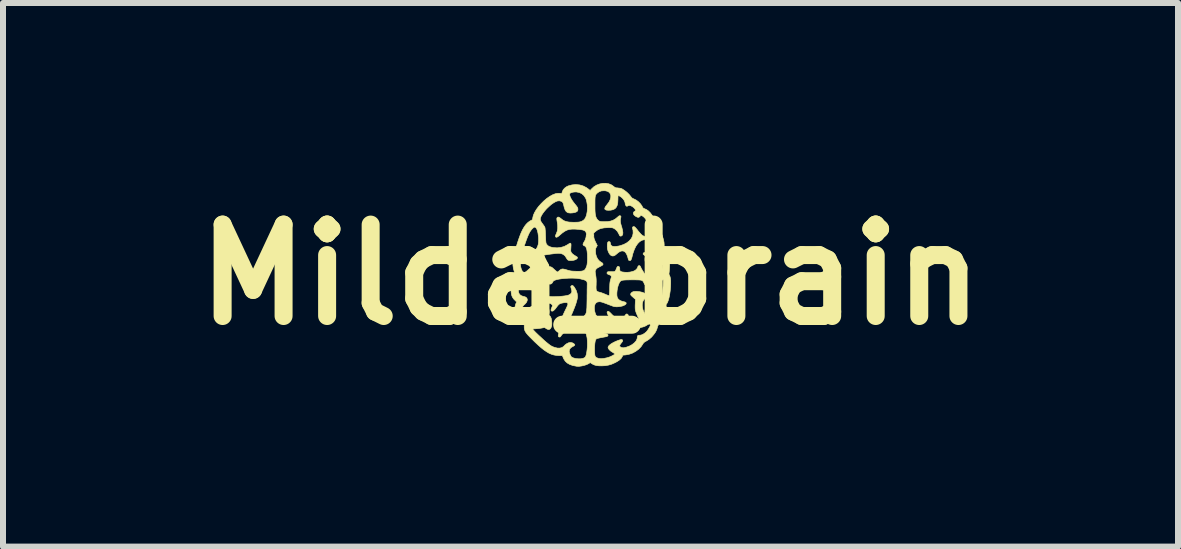
<source format=kicad_pcb>
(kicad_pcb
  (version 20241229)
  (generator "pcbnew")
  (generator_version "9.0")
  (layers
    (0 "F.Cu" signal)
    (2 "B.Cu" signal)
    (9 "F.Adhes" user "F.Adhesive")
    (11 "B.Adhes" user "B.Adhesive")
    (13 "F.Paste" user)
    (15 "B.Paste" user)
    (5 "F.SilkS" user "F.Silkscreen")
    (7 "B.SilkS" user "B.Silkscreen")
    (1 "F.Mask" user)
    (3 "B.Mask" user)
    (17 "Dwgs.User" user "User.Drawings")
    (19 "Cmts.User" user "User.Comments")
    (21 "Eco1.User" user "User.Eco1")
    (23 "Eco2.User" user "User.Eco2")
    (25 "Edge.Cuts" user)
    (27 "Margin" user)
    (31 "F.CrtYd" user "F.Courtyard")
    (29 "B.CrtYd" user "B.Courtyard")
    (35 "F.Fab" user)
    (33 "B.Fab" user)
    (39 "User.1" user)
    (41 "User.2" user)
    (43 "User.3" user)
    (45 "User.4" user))
  (footprint "Milda_brain"
    (layer "F.Cu")
    (at 6.793 1.528)
    (property "Reference" "Milda_brain" (at 0 0 0) (layer "F.SilkS") (effects (font (size 1.524 1.524) (thickness 0.3))))
    (attr through_hole)
    (fp_poly (pts (xy 0.729 -0.8) (xy 0.743 -0.79) (xy 0.761 -0.77) (xy 0.774 -0.755) (xy 0.801 -0.72) (xy 0.823 -0.695) (xy 0.84 -0.676) (xy 0.854 -0.663) (xy 0.866 -0.653) (xy 0.876 -0.648) (xy 0.895 -0.64) (xy 0.91 -0.635) (xy 0.913 -0.635) (xy 0.929 -0.63) (xy 0.937 -0.617) (xy 0.935 -0.601) (xy 0.928 -0.591) (xy 0.915 -0.586) (xy 0.897 -0.583) (xy 0.857 -0.573) (xy 0.82 -0.551) (xy 0.786 -0.517) (xy 0.755 -0.472) (xy 0.729 -0.417) (xy 0.706 -0.352) (xy 0.699 -0.324) (xy 0.69 -0.289) (xy 0.682 -0.264) (xy 0.676 -0.249) (xy 0.67 -0.24) (xy 0.663 -0.236) (xy 0.654 -0.235) (xy 0.653 -0.235) (xy 0.639 -0.238) (xy 0.633 -0.248) (xy 0.631 -0.252) (xy 0.627 -0.268) (xy 0.621 -0.29) (xy 0.616 -0.307) (xy 0.599 -0.347) (xy 0.578 -0.376) (xy 0.553 -0.392) (xy 0.525 -0.396) (xy 0.495 -0.388) (xy 0.462 -0.368) (xy 0.453 -0.36) (xy 0.427 -0.338) (xy 0.408 -0.323) (xy 0.392 -0.315) (xy 0.378 -0.312) (xy 0.369 -0.311) (xy 0.346 -0.317) (xy 0.325 -0.334) (xy 0.307 -0.36) (xy 0.292 -0.393) (xy 0.282 -0.43) (xy 0.279 -0.472) (xy 0.279 -0.472) (xy 0.28 -0.508) (xy 0.284 -0.532) (xy 0.292 -0.546) (xy 0.304 -0.551) (xy 0.309 -0.551) (xy 0.321 -0.548) (xy 0.327 -0.541) (xy 0.331 -0.524) (xy 0.332 -0.521) (xy 0.338 -0.497) (xy 0.349 -0.482) (xy 0.368 -0.473) (xy 0.396 -0.47) (xy 0.406 -0.47) (xy 0.435 -0.472) (xy 0.468 -0.477) (xy 0.494 -0.483) (xy 0.555 -0.504) (xy 0.607 -0.532) (xy 0.648 -0.565) (xy 0.68 -0.603) (xy 0.701 -0.645) (xy 0.71 -0.691) (xy 0.708 -0.739) (xy 0.703 -0.759) (xy 0.699 -0.778) (xy 0.699 -0.788) (xy 0.704 -0.795) (xy 0.708 -0.798) (xy 0.718 -0.802) (xy 0.729 -0.8)) (stroke (width 0.01) (type solid)) (fill yes) (layer "F.SilkS"))
    (fp_poly (pts (xy 0.303 -1.515) (xy 0.348 -1.497) (xy 0.384 -1.472) (xy 0.4 -1.459) (xy 0.414 -1.451) (xy 0.43 -1.447) (xy 0.453 -1.446) (xy 0.455 -1.445) (xy 0.497 -1.44) (xy 0.524 -1.431) (xy 0.565 -1.405) (xy 0.605 -1.374) (xy 0.641 -1.339) (xy 0.661 -1.315) (xy 0.679 -1.292) (xy 0.693 -1.277) (xy 0.709 -1.268) (xy 0.723 -1.262) (xy 0.761 -1.243) (xy 0.799 -1.215) (xy 0.832 -1.181) (xy 0.858 -1.144) (xy 0.866 -1.127) (xy 0.878 -1.11) (xy 0.898 -1.1) (xy 0.899 -1.1) (xy 0.932 -1.085) (xy 0.964 -1.063) (xy 0.996 -1.031) (xy 1.028 -0.988) (xy 1.062 -0.934) (xy 1.067 -0.927) (xy 1.107 -0.854) (xy 1.142 -0.783) (xy 1.172 -0.714) (xy 1.196 -0.65) (xy 1.214 -0.591) (xy 1.225 -0.539) (xy 1.228 -0.494) (xy 1.226 -0.465) (xy 1.223 -0.449) (xy 1.225 -0.438) (xy 1.232 -0.428) (xy 1.246 -0.414) (xy 1.249 -0.411) (xy 1.273 -0.385) (xy 1.292 -0.357) (xy 1.305 -0.325) (xy 1.314 -0.287) (xy 1.319 -0.242) (xy 1.319 -0.187) (xy 1.318 -0.149) (xy 1.316 -0.113) (xy 1.314 -0.08) (xy 1.312 -0.052) (xy 1.31 -0.034) (xy 1.309 -0.028) (xy 1.307 -0.009) (xy 1.315 0.01) (xy 1.325 0.033) (xy 1.332 0.062) (xy 1.336 0.099) (xy 1.336 0.145) (xy 1.334 0.202) (xy 1.334 0.204) (xy 1.328 0.271) (xy 1.319 0.332) (xy 1.308 0.386) (xy 1.295 0.432) (xy 1.281 0.467) (xy 1.269 0.486) (xy 1.262 0.495) (xy 1.259 0.505) (xy 1.26 0.519) (xy 1.263 0.54) (xy 1.264 0.546) (xy 1.266 0.599) (xy 1.256 0.653) (xy 1.234 0.707) (xy 1.199 0.761) (xy 1.165 0.8) (xy 1.142 0.824) (xy 1.128 0.843) (xy 1.12 0.858) (xy 1.116 0.873) (xy 1.116 0.873) (xy 1.104 0.914) (xy 1.083 0.957) (xy 1.053 0.999) (xy 1.018 1.04) (xy 0.978 1.075) (xy 0.937 1.103) (xy 0.93 1.106) (xy 0.905 1.12) (xy 0.889 1.133) (xy 0.877 1.147) (xy 0.871 1.158) (xy 0.841 1.202) (xy 0.801 1.243) (xy 0.753 1.278) (xy 0.7 1.307) (xy 0.643 1.327) (xy 0.586 1.338) (xy 0.583 1.338) (xy 0.539 1.342) (xy 0.529 1.366) (xy 0.512 1.394) (xy 0.484 1.421) (xy 0.444 1.448) (xy 0.411 1.466) (xy 0.355 1.491) (xy 0.302 1.507) (xy 0.249 1.517) (xy 0.19 1.52) (xy 0.181 1.52) (xy 0.135 1.519) (xy 0.099 1.515) (xy 0.069 1.507) (xy 0.041 1.495) (xy 0.019 1.482) (xy -0.005 1.466) (xy -0.03 1.482) (xy -0.062 1.498) (xy -0.103 1.512) (xy -0.147 1.522) (xy -0.191 1.528) (xy -0.229 1.527) (xy -0.235 1.526) (xy -0.297 1.514) (xy -0.348 1.496) (xy -0.389 1.472) (xy -0.421 1.443) (xy -0.445 1.406) (xy -0.454 1.387) (xy -0.469 1.35) (xy -0.528 1.349) (xy -0.57 1.346) (xy -0.61 1.339) (xy -0.65 1.327) (xy -0.69 1.31) (xy -0.731 1.286) (xy -0.775 1.256) (xy -0.823 1.218) (xy -0.875 1.172) (xy -0.934 1.117) (xy -0.975 1.076) (xy -1.015 1.036) (xy -1.046 1.003) (xy -1.069 0.975) (xy -1.086 0.951) (xy -1.096 0.929) (xy -1.102 0.907) (xy -1.105 0.885) (xy -1.105 0.878) (xy -1.105 0.839) (xy -1.137 0.816) (xy -1.178 0.779) (xy -1.211 0.736) (xy -1.237 0.687) (xy -1.254 0.636) (xy -1.261 0.584) (xy -1.259 0.534) (xy -1.246 0.487) (xy -1.244 0.483) (xy -1.232 0.455) (xy -1.26 0.427) (xy -1.282 0.404) (xy -1.298 0.381) (xy -1.311 0.354) (xy -1.319 0.323) (xy -1.324 0.286) (xy -1.326 0.24) (xy -1.326 0.196) (xy -1.203 0.196) (xy -1.203 0.236) (xy -1.202 0.265) (xy -1.2 0.287) (xy -1.196 0.302) (xy -1.193 0.312) (xy -1.176 0.335) (xy -1.149 0.353) (xy -1.113 0.364) (xy -1.11 0.364) (xy -1.081 0.374) (xy -1.062 0.39) (xy -1.054 0.411) (xy -1.056 0.435) (xy -1.068 0.462) (xy -1.091 0.489) (xy -1.101 0.497) (xy -1.119 0.515) (xy -1.13 0.532) (xy -1.135 0.549) (xy -1.139 0.588) (xy -1.13 0.625) (xy -1.11 0.661) (xy -1.082 0.693) (xy -1.037 0.728) (xy -0.987 0.752) (xy -0.93 0.764) (xy -0.91 0.766) (xy -0.869 0.768) (xy -0.838 0.768) (xy -0.814 0.764) (xy -0.794 0.755) (xy -0.776 0.742) (xy -0.755 0.723) (xy -0.753 0.72) (xy -0.733 0.699) (xy -0.718 0.687) (xy -0.707 0.681) (xy -0.697 0.68) (xy -0.695 0.681) (xy -0.678 0.688) (xy -0.665 0.705) (xy -0.654 0.733) (xy -0.648 0.769) (xy -0.645 0.812) (xy -0.647 0.849) (xy -0.656 0.879) (xy -0.669 0.901) (xy -0.687 0.913) (xy -0.699 0.914) (xy -0.714 0.911) (xy -0.734 0.902) (xy -0.74 0.898) (xy -0.765 0.881) (xy -0.825 0.892) (xy -0.857 0.897) (xy -0.89 0.9) (xy -0.918 0.902) (xy -0.925 0.903) (xy -0.947 0.903) (xy -0.958 0.905) (xy -0.961 0.908) (xy -0.959 0.914) (xy -0.952 0.923) (xy -0.937 0.939) (xy -0.916 0.961) (xy -0.89 0.986) (xy -0.861 1.014) (xy -0.83 1.042) (xy -0.8 1.07) (xy -0.772 1.096) (xy -0.747 1.118) (xy -0.736 1.127) (xy -0.704 1.153) (xy -0.678 1.173) (xy -0.655 1.188) (xy -0.634 1.199) (xy -0.611 1.208) (xy -0.599 1.212) (xy -0.552 1.224) (xy -0.51 1.224) (xy -0.474 1.214) (xy -0.445 1.194) (xy -0.437 1.184) (xy -0.425 1.172) (xy -0.407 1.158) (xy -0.396 1.15) (xy -0.362 1.134) (xy -0.329 1.13) (xy -0.298 1.138) (xy -0.285 1.145) (xy -0.268 1.159) (xy -0.262 1.17) (xy -0.268 1.181) (xy -0.286 1.193) (xy -0.295 1.197) (xy -0.327 1.217) (xy -0.347 1.241) (xy -0.355 1.27) (xy -0.356 1.275) (xy -0.353 1.297) (xy -0.345 1.322) (xy -0.335 1.346) (xy -0.323 1.365) (xy -0.315 1.374) (xy -0.285 1.388) (xy -0.247 1.398) (xy -0.205 1.402) (xy -0.163 1.402) (xy -0.13 1.396) (xy -0.11 1.389) (xy -0.094 1.379) (xy -0.09 1.376) (xy -0.079 1.357) (xy -0.07 1.329) (xy -0.063 1.292) (xy -0.057 1.249) (xy -0.053 1.203) (xy -0.052 1.155) (xy -0.053 1.108) (xy -0.056 1.064) (xy -0.06 1.04) (xy -0.071 0.992) (xy -0.085 0.956) (xy -0.103 0.928) (xy -0.126 0.908) (xy -0.141 0.899) (xy -0.179 0.887) (xy -0.224 0.883) (xy -0.272 0.887) (xy -0.321 0.899) (xy -0.368 0.917) (xy -0.412 0.941) (xy -0.45 0.97) (xy -0.48 1.004) (xy -0.484 1.01) (xy -0.497 1.029) (xy -0.506 1.038) (xy -0.516 1.04) (xy -0.52 1.04) (xy -0.532 1.035) (xy -0.538 1.024) (xy -0.537 1.005) (xy -0.531 0.977) (xy -0.518 0.939) (xy -0.516 0.933) (xy -0.503 0.898) (xy -0.495 0.87) (xy -0.49 0.843) (xy -0.488 0.811) (xy -0.487 0.803) (xy -0.485 0.771) (xy -0.48 0.743) (xy -0.474 0.716) (xy -0.464 0.687) (xy -0.449 0.653) (xy -0.43 0.612) (xy -0.421 0.594) (xy -0.406 0.564) (xy -0.393 0.536) (xy -0.384 0.513) (xy -0.378 0.498) (xy -0.378 0.497) (xy -0.378 0.48) (xy -0.386 0.47) (xy -0.403 0.465) (xy -0.431 0.466) (xy -0.451 0.469) (xy -0.485 0.476) (xy -0.509 0.484) (xy -0.529 0.497) (xy -0.547 0.517) (xy -0.561 0.535) (xy -0.586 0.569) (xy -0.608 0.592) (xy -0.625 0.605) (xy -0.64 0.609) (xy -0.642 0.609) (xy -0.655 0.603) (xy -0.659 0.59) (xy -0.655 0.569) (xy -0.648 0.552) (xy -0.639 0.531) (xy -0.636 0.517) (xy -0.638 0.506) (xy -0.646 0.496) (xy -0.651 0.492) (xy -0.672 0.479) (xy -0.7 0.475) (xy -0.731 0.479) (xy -0.765 0.491) (xy -0.797 0.51) (xy -0.811 0.521) (xy -0.837 0.539) (xy -0.859 0.545) (xy -0.878 0.539) (xy -0.894 0.52) (xy -0.895 0.517) (xy -0.901 0.499) (xy -0.905 0.472) (xy -0.907 0.439) (xy -0.908 0.403) (xy -0.907 0.367) (xy -0.904 0.335) (xy -0.899 0.31) (xy -0.899 0.308) (xy -0.887 0.277) (xy -0.871 0.255) (xy -0.854 0.243) (xy -0.844 0.241) (xy -0.831 0.246) (xy -0.814 0.259) (xy -0.796 0.278) (xy -0.778 0.3) (xy -0.772 0.311) (xy -0.758 0.33) (xy -0.741 0.345) (xy -0.719 0.355) (xy -0.692 0.363) (xy -0.657 0.366) (xy -0.613 0.367) (xy -0.559 0.365) (xy -0.529 0.364) (xy -0.473 0.359) (xy -0.429 0.354) (xy -0.394 0.348) (xy -0.367 0.341) (xy -0.347 0.331) (xy -0.331 0.319) (xy -0.329 0.317) (xy -0.317 0.302) (xy -0.312 0.285) (xy -0.313 0.263) (xy -0.321 0.234) (xy -0.322 0.23) (xy -0.328 0.21) (xy -0.33 0.199) (xy -0.327 0.192) (xy -0.321 0.187) (xy -0.321 0.186) (xy -0.308 0.18) (xy -0.297 0.181) (xy -0.285 0.191) (xy -0.269 0.211) (xy -0.266 0.216) (xy -0.239 0.263) (xy -0.223 0.313) (xy -0.217 0.363) (xy -0.218 0.38) (xy -0.223 0.409) (xy -0.233 0.448) (xy -0.247 0.494) (xy -0.266 0.545) (xy -0.288 0.6) (xy -0.312 0.657) (xy -0.316 0.664) (xy -0.331 0.698) (xy -0.341 0.723) (xy -0.344 0.74) (xy -0.342 0.751) (xy -0.333 0.757) (xy -0.318 0.76) (xy -0.306 0.761) (xy -0.263 0.759) (xy -0.216 0.749) (xy -0.172 0.732) (xy -0.133 0.711) (xy -0.105 0.688) (xy -0.094 0.676) (xy -0.085 0.663) (xy -0.077 0.649) (xy -0.071 0.632) (xy -0.067 0.61) (xy -0.064 0.583) (xy -0.061 0.549) (xy -0.06 0.505) (xy -0.059 0.452) (xy -0.058 0.4) (xy -0.058 0.349) (xy -0.057 0.3) (xy -0.057 0.255) (xy -0.056 0.217) (xy -0.056 0.186) (xy -0.055 0.166) (xy -0.055 0.161) (xy -0.056 0.135) (xy -0.061 0.116) (xy -0.074 0.102) (xy -0.095 0.091) (xy -0.117 0.084) (xy -0.171 0.07) (xy -0.234 0.061) (xy -0.305 0.058) (xy -0.365 0.059) (xy -0.426 0.063) (xy -0.481 0.068) (xy -0.529 0.075) (xy -0.569 0.084) (xy -0.599 0.094) (xy -0.618 0.105) (xy -0.625 0.114) (xy -0.638 0.138) (xy -0.656 0.153) (xy -0.676 0.159) (xy -0.697 0.153) (xy -0.714 0.136) (xy -0.727 0.108) (xy -0.736 0.068) (xy -0.741 0.029) (xy -0.741 -0.018) (xy -0.737 -0.058) (xy -0.727 -0.091) (xy -0.713 -0.115) (xy -0.695 -0.129) (xy -0.674 -0.133) (xy -0.652 -0.126) (xy -0.641 -0.119) (xy -0.624 -0.105) (xy -0.605 -0.087) (xy -0.599 -0.082) (xy -0.58 -0.065) (xy -0.564 -0.052) (xy -0.554 -0.045) (xy -0.552 -0.044) (xy -0.544 -0.048) (xy -0.529 -0.059) (xy -0.517 -0.07) (xy -0.501 -0.083) (xy -0.485 -0.091) (xy -0.468 -0.095) (xy -0.447 -0.093) (xy -0.418 -0.086) (xy -0.385 -0.076) (xy -0.358 -0.069) (xy -0.335 -0.063) (xy -0.313 -0.06) (xy -0.286 -0.058) (xy -0.253 -0.057) (xy -0.233 -0.056) (xy -0.188 -0.056) (xy -0.155 -0.058) (xy -0.129 -0.063) (xy -0.11 -0.07) (xy -0.096 -0.081) (xy -0.084 -0.097) (xy -0.08 -0.104) (xy -0.068 -0.13) (xy -0.059 -0.16) (xy -0.054 -0.197) (xy -0.051 -0.243) (xy -0.051 -0.275) (xy -0.052 -0.338) (xy -0.057 -0.388) (xy -0.064 -0.428) (xy -0.075 -0.456) (xy -0.089 -0.474) (xy -0.104 -0.481) (xy -0.12 -0.49) (xy -0.126 -0.505) (xy -0.12 -0.524) (xy -0.114 -0.534) (xy -0.091 -0.575) (xy -0.076 -0.621) (xy -0.07 -0.665) (xy -0.07 -0.666) (xy -0.071 -0.689) (xy -0.072 -0.694) (xy 0.054 -0.694) (xy 0.054 -0.65) (xy 0.055 -0.628) (xy 0.058 -0.61) (xy 0.063 -0.591) (xy 0.073 -0.567) (xy 0.083 -0.545) (xy 0.113 -0.485) (xy 0.098 -0.46) (xy 0.088 -0.441) (xy 0.084 -0.42) (xy 0.083 -0.393) (xy 0.087 -0.343) (xy 0.1 -0.297) (xy 0.122 -0.257) (xy 0.15 -0.226) (xy 0.175 -0.209) (xy 0.197 -0.195) (xy 0.208 -0.18) (xy 0.207 -0.166) (xy 0.2 -0.159) (xy 0.19 -0.152) (xy 0.172 -0.142) (xy 0.15 -0.13) (xy 0.145 -0.128) (xy 0.119 -0.114) (xy 0.102 -0.102) (xy 0.091 -0.089) (xy 0.086 -0.08) (xy 0.081 -0.069) (xy 0.078 -0.058) (xy 0.078 -0.046) (xy 0.08 -0.029) (xy 0.084 -0.003) (xy 0.086 0.008) (xy 0.091 0.042) (xy 0.094 0.074) (xy 0.095 0.11) (xy 0.094 0.153) (xy 0.094 0.166) (xy 0.092 0.206) (xy 0.093 0.236) (xy 0.096 0.256) (xy 0.102 0.271) (xy 0.114 0.28) (xy 0.13 0.287) (xy 0.154 0.294) (xy 0.159 0.295) (xy 0.186 0.303) (xy 0.217 0.315) (xy 0.247 0.327) (xy 0.248 0.328) (xy 0.272 0.338) (xy 0.292 0.345) (xy 0.305 0.349) (xy 0.307 0.349) (xy 0.31 0.348) (xy 0.313 0.342) (xy 0.315 0.33) (xy 0.316 0.311) (xy 0.318 0.283) (xy 0.319 0.244) (xy 0.319 0.237) (xy 0.32 0.194) (xy 0.321 0.162) (xy 0.323 0.137) (xy 0.326 0.117) (xy 0.33 0.099) (xy 0.335 0.08) (xy 0.336 0.077) (xy 0.345 0.049) (xy 0.347 0.03) (xy 0.342 0.017) (xy 0.329 0.008) (xy 0.308 0.000376) (xy 0.285 -0.01) (xy 0.274 -0.022) (xy 0.276 -0.036) (xy 0.28 -0.042) (xy 0.287 -0.047) (xy 0.299 -0.05) (xy 0.319 -0.05) (xy 0.343 -0.05) (xy 0.374 -0.049) (xy 0.394 -0.051) (xy 0.408 -0.057) (xy 0.418 -0.069) (xy 0.426 -0.088) (xy 0.429 -0.094) (xy 0.436 -0.113) (xy 0.444 -0.128) (xy 0.446 -0.132) (xy 0.458 -0.139) (xy 0.471 -0.137) (xy 0.482 -0.126) (xy 0.487 -0.109) (xy 0.487 -0.108) (xy 0.487 -0.089) (xy 0.488 -0.074) (xy 0.493 -0.061) (xy 0.506 -0.052) (xy 0.529 -0.045) (xy 0.563 -0.041) (xy 0.571 -0.04) (xy 0.614 -0.039) (xy 0.658 -0.043) (xy 0.698 -0.052) (xy 0.729 -0.063) (xy 0.73 -0.064) (xy 0.751 -0.077) (xy 0.769 -0.094) (xy 0.782 -0.112) (xy 0.787 -0.127) (xy 0.792 -0.14) (xy 0.797 -0.146) (xy 0.811 -0.152) (xy 0.824 -0.146) (xy 0.836 -0.127) (xy 0.84 -0.117) (xy 0.849 -0.098) (xy 0.864 -0.073) (xy 0.881 -0.046) (xy 0.888 -0.035) (xy 0.91 -0.004) (xy 0.925 0.018) (xy 0.936 0.035) (xy 0.944 0.049) (xy 0.949 0.062) (xy 0.953 0.075) (xy 0.957 0.094) (xy 0.956 0.11) (xy 0.95 0.13) (xy 0.939 0.152) (xy 0.925 0.166) (xy 0.913 0.17) (xy 0.907 0.168) (xy 0.901 0.16) (xy 0.893 0.145) (xy 0.889 0.136) (xy 0.882 0.121) (xy 0.874 0.11) (xy 0.864 0.101) (xy 0.85 0.095) (xy 0.831 0.09) (xy 0.805 0.088) (xy 0.77 0.087) (xy 0.726 0.086) (xy 0.688 0.086) (xy 0.635 0.087) (xy 0.593 0.088) (xy 0.56 0.09) (xy 0.535 0.093) (xy 0.516 0.099) (xy 0.502 0.106) (xy 0.492 0.117) (xy 0.483 0.131) (xy 0.475 0.146) (xy 0.461 0.181) (xy 0.45 0.221) (xy 0.443 0.264) (xy 0.439 0.305) (xy 0.439 0.343) (xy 0.444 0.374) (xy 0.447 0.383) (xy 0.463 0.409) (xy 0.488 0.428) (xy 0.523 0.443) (xy 0.543 0.448) (xy 0.568 0.454) (xy 0.584 0.46) (xy 0.592 0.467) (xy 0.594 0.472) (xy 0.593 0.486) (xy 0.581 0.499) (xy 0.56 0.511) (xy 0.533 0.522) (xy 0.502 0.529) (xy 0.468 0.534) (xy 0.434 0.536) (xy 0.402 0.533) (xy 0.378 0.528) (xy 0.363 0.522) (xy 0.339 0.513) (xy 0.309 0.502) (xy 0.276 0.489) (xy 0.266 0.485) (xy 0.225 0.47) (xy 0.193 0.459) (xy 0.169 0.453) (xy 0.15 0.451) (xy 0.148 0.451) (xy 0.115 0.456) (xy 0.091 0.471) (xy 0.074 0.496) (xy 0.065 0.531) (xy 0.064 0.558) (xy 0.066 0.586) (xy 0.071 0.616) (xy 0.079 0.644) (xy 0.088 0.668) (xy 0.098 0.684) (xy 0.102 0.687) (xy 0.113 0.7) (xy 0.112 0.715) (xy 0.101 0.729) (xy 0.085 0.747) (xy 0.074 0.771) (xy 0.068 0.804) (xy 0.066 0.821) (xy 0.066 0.856) (xy 0.072 0.886) (xy 0.087 0.911) (xy 0.109 0.931) (xy 0.142 0.948) (xy 0.186 0.964) (xy 0.222 0.974) (xy 0.256 0.983) (xy 0.278 0.992) (xy 0.29 1.001) (xy 0.292 1.012) (xy 0.288 1.021) (xy 0.282 1.026) (xy 0.268 1.032) (xy 0.245 1.037) (xy 0.211 1.043) (xy 0.197 1.046) (xy 0.165 1.052) (xy 0.136 1.058) (xy 0.113 1.064) (xy 0.1 1.068) (xy 0.099 1.069) (xy 0.087 1.083) (xy 0.078 1.109) (xy 0.072 1.146) (xy 0.068 1.194) (xy 0.067 1.252) (xy 0.068 1.294) (xy 0.07 1.325) (xy 0.073 1.348) (xy 0.079 1.363) (xy 0.087 1.375) (xy 0.099 1.383) (xy 0.102 1.384) (xy 0.134 1.396) (xy 0.175 1.4) (xy 0.222 1.396) (xy 0.272 1.386) (xy 0.292 1.38) (xy 0.32 1.371) (xy 0.347 1.359) (xy 0.371 1.347) (xy 0.391 1.335) (xy 0.403 1.326) (xy 0.405 1.32) (xy 0.399 1.315) (xy 0.385 1.305) (xy 0.365 1.292) (xy 0.362 1.291) (xy 0.333 1.271) (xy 0.31 1.249) (xy 0.296 1.228) (xy 0.292 1.212) (xy 0.298 1.194) (xy 0.315 1.175) (xy 0.342 1.154) (xy 0.377 1.133) (xy 0.42 1.112) (xy 0.463 1.095) (xy 0.491 1.086) (xy 0.51 1.081) (xy 0.522 1.081) (xy 0.529 1.086) (xy 0.534 1.092) (xy 0.536 1.101) (xy 0.533 1.111) (xy 0.524 1.125) (xy 0.516 1.135) (xy 0.497 1.159) (xy 0.488 1.176) (xy 0.486 1.189) (xy 0.493 1.2) (xy 0.499 1.206) (xy 0.521 1.216) (xy 0.55 1.219) (xy 0.586 1.212) (xy 0.597 1.209) (xy 0.649 1.19) (xy 0.693 1.166) (xy 0.73 1.137) (xy 0.758 1.106) (xy 0.775 1.073) (xy 0.781 1.04) (xy 0.783 1.024) (xy 0.79 1.014) (xy 0.806 1.01) (xy 0.824 1.01) (xy 0.848 1.005) (xy 0.876 0.993) (xy 0.904 0.975) (xy 0.93 0.953) (xy 0.931 0.952) (xy 0.948 0.932) (xy 0.964 0.908) (xy 0.979 0.883) (xy 0.991 0.861) (xy 0.997 0.844) (xy 0.997 0.84) (xy 0.994 0.827) (xy 0.984 0.822) (xy 0.967 0.827) (xy 0.942 0.84) (xy 0.94 0.842) (xy 0.907 0.86) (xy 0.874 0.872) (xy 0.839 0.88) (xy 0.799 0.882) (xy 0.752 0.88) (xy 0.697 0.873) (xy 0.657 0.867) (xy 0.595 0.857) (xy 0.543 0.852) (xy 0.499 0.851) (xy 0.46 0.855) (xy 0.425 0.862) (xy 0.408 0.868) (xy 0.373 0.879) (xy 0.347 0.884) (xy 0.33 0.882) (xy 0.318 0.873) (xy 0.312 0.853) (xy 0.309 0.824) (xy 0.308 0.786) (xy 0.308 0.752) (xy 0.307 0.728) (xy 0.304 0.709) (xy 0.3 0.694) (xy 0.294 0.677) (xy 0.29 0.668) (xy 0.28 0.646) (xy 0.276 0.632) (xy 0.277 0.623) (xy 0.279 0.619) (xy 0.288 0.612) (xy 0.297 0.611) (xy 0.31 0.618) (xy 0.326 0.632) (xy 0.349 0.655) (xy 0.353 0.66) (xy 0.394 0.699) (xy 0.432 0.725) (xy 0.467 0.74) (xy 0.499 0.742) (xy 0.528 0.732) (xy 0.554 0.71) (xy 0.572 0.686) (xy 0.583 0.669) (xy 0.594 0.658) (xy 0.599 0.655) (xy 0.615 0.658) (xy 0.626 0.669) (xy 0.629 0.682) (xy 0.634 0.703) (xy 0.649 0.725) (xy 0.669 0.744) (xy 0.686 0.754) (xy 0.71 0.764) (xy 0.738 0.768) (xy 0.756 0.768) (xy 0.783 0.768) (xy 0.799 0.764) (xy 0.807 0.756) (xy 0.806 0.742) (xy 0.798 0.719) (xy 0.788 0.698) (xy 0.771 0.659) (xy 0.758 0.627) (xy 0.75 0.601) (xy 0.745 0.575) (xy 0.744 0.548) (xy 0.744 0.515) (xy 0.745 0.493) (xy 0.749 0.411) (xy 0.73 0.395) (xy 0.713 0.38) (xy 0.694 0.363) (xy 0.689 0.359) (xy 0.672 0.341) (xy 0.668 0.324) (xy 0.676 0.307) (xy 0.692 0.294) (xy 0.705 0.286) (xy 0.719 0.282) (xy 0.739 0.28) (xy 0.766 0.279) (xy 0.818 0.284) (xy 0.867 0.295) (xy 0.91 0.314) (xy 0.944 0.339) (xy 0.961 0.358) (xy 0.97 0.37) (xy 0.971 0.377) (xy 0.965 0.383) (xy 0.962 0.385) (xy 0.946 0.392) (xy 0.934 0.394) (xy 0.909 0.399) (xy 0.89 0.415) (xy 0.875 0.44) (xy 0.866 0.47) (xy 0.862 0.506) (xy 0.865 0.545) (xy 0.874 0.585) (xy 0.885 0.613) (xy 0.903 0.645) (xy 0.926 0.675) (xy 0.953 0.702) (xy 0.981 0.723) (xy 1.007 0.738) (xy 1.03 0.743) (xy 1.043 0.738) (xy 1.061 0.725) (xy 1.081 0.707) (xy 1.1 0.685) (xy 1.116 0.662) (xy 1.124 0.649) (xy 1.136 0.622) (xy 1.141 0.597) (xy 1.139 0.573) (xy 1.13 0.544) (xy 1.118 0.52) (xy 1.099 0.475) (xy 1.087 0.435) (xy 1.081 0.396) (xy 1.081 0.358) (xy 1.082 0.335) (xy 1.084 0.322) (xy 1.088 0.316) (xy 1.095 0.314) (xy 1.101 0.314) (xy 1.11 0.315) (xy 1.118 0.321) (xy 1.125 0.332) (xy 1.134 0.353) (xy 1.137 0.358) (xy 1.147 0.381) (xy 1.155 0.398) (xy 1.161 0.408) (xy 1.162 0.409) (xy 1.168 0.408) (xy 1.176 0.397) (xy 1.183 0.375) (xy 1.191 0.344) (xy 1.197 0.314) (xy 1.201 0.288) (xy 1.204 0.257) (xy 1.207 0.222) (xy 1.21 0.187) (xy 1.211 0.154) (xy 1.212 0.125) (xy 1.212 0.101) (xy 1.211 0.087) (xy 1.209 0.083) (xy 1.201 0.086) (xy 1.187 0.096) (xy 1.18 0.101) (xy 1.154 0.12) (xy 1.134 0.129) (xy 1.117 0.128) (xy 1.105 0.122) (xy 1.087 0.101) (xy 1.075 0.069) (xy 1.069 0.026) (xy 1.068 -0.013) (xy 1.07 -0.046) (xy 1.073 -0.069) (xy 1.079 -0.086) (xy 1.083 -0.095) (xy 1.099 -0.117) (xy 1.114 -0.127) (xy 1.127 -0.125) (xy 1.137 -0.11) (xy 1.143 -0.084) (xy 1.144 -0.078) (xy 1.146 -0.057) (xy 1.15 -0.04) (xy 1.152 -0.032) (xy 1.159 -0.029) (xy 1.169 -0.035) (xy 1.179 -0.049) (xy 1.187 -0.068) (xy 1.188 -0.07) (xy 1.191 -0.089) (xy 1.193 -0.116) (xy 1.194 -0.148) (xy 1.195 -0.183) (xy 1.194 -0.217) (xy 1.193 -0.247) (xy 1.191 -0.27) (xy 1.188 -0.283) (xy 1.171 -0.312) (xy 1.148 -0.331) (xy 1.12 -0.339) (xy 1.091 -0.337) (xy 1.061 -0.323) (xy 1.034 -0.301) (xy 1.016 -0.281) (xy 0.999 -0.263) (xy 0.99 -0.253) (xy 0.973 -0.24) (xy 0.957 -0.235) (xy 0.957 -0.235) (xy 0.947 -0.237) (xy 0.939 -0.244) (xy 0.933 -0.259) (xy 0.927 -0.284) (xy 0.925 -0.293) (xy 0.915 -0.309) (xy 0.899 -0.323) (xy 0.885 -0.333) (xy 0.877 -0.342) (xy 0.876 -0.344) (xy 0.88 -0.358) (xy 0.89 -0.367) (xy 0.911 -0.37) (xy 0.926 -0.371) (xy 0.956 -0.374) (xy 0.978 -0.382) (xy 0.996 -0.399) (xy 1.013 -0.425) (xy 1.02 -0.438) (xy 1.035 -0.468) (xy 1.048 -0.487) (xy 1.061 -0.497) (xy 1.075 -0.5) (xy 1.084 -0.499) (xy 1.099 -0.498) (xy 1.104 -0.503) (xy 1.105 -0.507) (xy 1.103 -0.525) (xy 1.096 -0.551) (xy 1.087 -0.584) (xy 1.075 -0.621) (xy 1.062 -0.658) (xy 1.048 -0.693) (xy 1.035 -0.724) (xy 1.03 -0.733) (xy 1.014 -0.764) (xy 0.995 -0.799) (xy 0.975 -0.835) (xy 0.954 -0.87) (xy 0.935 -0.901) (xy 0.918 -0.926) (xy 0.906 -0.943) (xy 0.905 -0.944) (xy 0.888 -0.961) (xy 0.87 -0.975) (xy 0.853 -0.984) (xy 0.84 -0.988) (xy 0.833 -0.984) (xy 0.833 -0.984) (xy 0.827 -0.974) (xy 0.818 -0.964) (xy 0.803 -0.956) (xy 0.784 -0.957) (xy 0.759 -0.968) (xy 0.751 -0.973) (xy 0.728 -0.991) (xy 0.715 -1.011) (xy 0.714 -1.03) (xy 0.723 -1.047) (xy 0.737 -1.057) (xy 0.749 -1.065) (xy 0.752 -1.072) (xy 0.747 -1.084) (xy 0.746 -1.085) (xy 0.731 -1.107) (xy 0.707 -1.128) (xy 0.681 -1.144) (xy 0.666 -1.15) (xy 0.647 -1.154) (xy 0.631 -1.15) (xy 0.623 -1.147) (xy 0.609 -1.14) (xy 0.601 -1.141) (xy 0.591 -1.148) (xy 0.591 -1.149) (xy 0.58 -1.169) (xy 0.578 -1.186) (xy 0.573 -1.21) (xy 0.561 -1.237) (xy 0.542 -1.263) (xy 0.526 -1.28) (xy 0.512 -1.292) (xy 0.494 -1.304) (xy 0.477 -1.314) (xy 0.465 -1.32) (xy 0.462 -1.321) (xy 0.46 -1.315) (xy 0.458 -1.299) (xy 0.457 -1.276) (xy 0.457 -1.258) (xy 0.454 -1.204) (xy 0.446 -1.159) (xy 0.43 -1.125) (xy 0.408 -1.1) (xy 0.377 -1.084) (xy 0.338 -1.075) (xy 0.3 -1.073) (xy 0.268 -1.075) (xy 0.247 -1.083) (xy 0.237 -1.095) (xy 0.239 -1.113) (xy 0.251 -1.137) (xy 0.275 -1.167) (xy 0.306 -1.208) (xy 0.326 -1.247) (xy 0.337 -1.285) (xy 0.338 -1.319) (xy 0.329 -1.348) (xy 0.311 -1.372) (xy 0.284 -1.389) (xy 0.248 -1.398) (xy 0.225 -1.399) (xy 0.181 -1.396) (xy 0.145 -1.383) (xy 0.117 -1.364) (xy 0.104 -1.352) (xy 0.094 -1.341) (xy 0.086 -1.328) (xy 0.081 -1.313) (xy 0.077 -1.293) (xy 0.075 -1.266) (xy 0.074 -1.231) (xy 0.074 -1.186) (xy 0.074 -1.162) (xy 0.074 -1.105) (xy 0.075 -1.058) (xy 0.078 -1.021) (xy 0.082 -0.992) (xy 0.088 -0.968) (xy 0.096 -0.947) (xy 0.107 -0.929) (xy 0.112 -0.922) (xy 0.127 -0.906) (xy 0.143 -0.894) (xy 0.163 -0.887) (xy 0.19 -0.884) (xy 0.226 -0.883) (xy 0.23 -0.883) (xy 0.287 -0.885) (xy 0.335 -0.893) (xy 0.376 -0.907) (xy 0.413 -0.928) (xy 0.449 -0.957) (xy 0.451 -0.959) (xy 0.469 -0.975) (xy 0.482 -0.982) (xy 0.491 -0.983) (xy 0.501 -0.978) (xy 0.506 -0.973) (xy 0.507 -0.964) (xy 0.504 -0.948) (xy 0.502 -0.938) (xy 0.498 -0.917) (xy 0.497 -0.897) (xy 0.499 -0.875) (xy 0.504 -0.849) (xy 0.513 -0.815) (xy 0.521 -0.791) (xy 0.533 -0.742) (xy 0.539 -0.703) (xy 0.537 -0.673) (xy 0.527 -0.653) (xy 0.511 -0.643) (xy 0.506 -0.643) (xy 0.496 -0.643) (xy 0.489 -0.647) (xy 0.481 -0.659) (xy 0.473 -0.677) (xy 0.448 -0.721) (xy 0.415 -0.755) (xy 0.391 -0.77) (xy 0.377 -0.777) (xy 0.363 -0.781) (xy 0.345 -0.783) (xy 0.32 -0.784) (xy 0.292 -0.784) (xy 0.227 -0.78) (xy 0.17 -0.769) (xy 0.123 -0.749) (xy 0.084 -0.721) (xy 0.054 -0.694) (xy -0.072 -0.694) (xy -0.077 -0.709) (xy -0.087 -0.724) (xy -0.103 -0.735) (xy -0.127 -0.744) (xy -0.16 -0.75) (xy -0.204 -0.755) (xy -0.258 -0.759) (xy -0.26 -0.759) (xy -0.309 -0.759) (xy -0.352 -0.754) (xy -0.391 -0.743) (xy -0.429 -0.724) (xy -0.469 -0.696) (xy -0.509 -0.662) (xy -0.535 -0.64) (xy -0.555 -0.627) (xy -0.569 -0.623) (xy -0.58 -0.628) (xy -0.583 -0.634) (xy -0.585 -0.644) (xy -0.581 -0.66) (xy -0.57 -0.684) (xy -0.569 -0.686) (xy -0.554 -0.727) (xy -0.547 -0.772) (xy -0.548 -0.824) (xy -0.555 -0.876) (xy -0.56 -0.907) (xy -0.562 -0.928) (xy -0.561 -0.942) (xy -0.559 -0.946) (xy -0.548 -0.958) (xy -0.534 -0.96) (xy -0.516 -0.952) (xy -0.492 -0.934) (xy -0.487 -0.93) (xy -0.46 -0.909) (xy -0.431 -0.894) (xy -0.396 -0.883) (xy -0.355 -0.876) (xy -0.305 -0.874) (xy -0.276 -0.873) (xy -0.239 -0.874) (xy -0.212 -0.875) (xy -0.192 -0.877) (xy -0.176 -0.88) (xy -0.16 -0.885) (xy -0.149 -0.889) (xy -0.121 -0.904) (xy -0.099 -0.925) (xy -0.082 -0.952) (xy -0.068 -0.989) (xy -0.064 -1.006) (xy -0.055 -1.055) (xy -0.052 -1.108) (xy -0.054 -1.162) (xy -0.062 -1.212) (xy -0.074 -1.257) (xy -0.083 -1.277) (xy -0.11 -1.318) (xy -0.145 -1.349) (xy -0.186 -1.369) (xy -0.232 -1.378) (xy -0.243 -1.379) (xy -0.278 -1.377) (xy -0.31 -1.371) (xy -0.334 -1.362) (xy -0.341 -1.357) (xy -0.348 -1.344) (xy -0.347 -1.323) (xy -0.338 -1.295) (xy -0.322 -1.263) (xy -0.299 -1.227) (xy -0.27 -1.189) (xy -0.269 -1.187) (xy -0.25 -1.164) (xy -0.233 -1.143) (xy -0.222 -1.127) (xy -0.217 -1.12) (xy -0.21 -1.096) (xy -0.212 -1.073) (xy -0.222 -1.055) (xy -0.223 -1.055) (xy -0.242 -1.043) (xy -0.27 -1.034) (xy -0.303 -1.029) (xy -0.336 -1.027) (xy -0.365 -1.03) (xy -0.384 -1.036) (xy -0.407 -1.053) (xy -0.425 -1.082) (xy -0.439 -1.122) (xy -0.441 -1.132) (xy -0.449 -1.166) (xy -0.456 -1.189) (xy -0.464 -1.204) (xy -0.473 -1.215) (xy -0.486 -1.222) (xy -0.486 -1.222) (xy -0.516 -1.231) (xy -0.548 -1.229) (xy -0.581 -1.217) (xy -0.617 -1.196) (xy -0.656 -1.169) (xy -0.694 -1.135) (xy -0.732 -1.099) (xy -0.766 -1.06) (xy -0.795 -1.022) (xy -0.818 -0.986) (xy -0.832 -0.954) (xy -0.836 -0.942) (xy -0.838 -0.922) (xy -0.834 -0.904) (xy -0.825 -0.884) (xy -0.809 -0.86) (xy -0.8 -0.848) (xy -0.784 -0.826) (xy -0.77 -0.806) (xy -0.762 -0.791) (xy -0.761 -0.789) (xy -0.758 -0.777) (xy -0.756 -0.754) (xy -0.753 -0.724) (xy -0.751 -0.687) (xy -0.75 -0.651) (xy -0.748 -0.608) (xy -0.747 -0.575) (xy -0.745 -0.552) (xy -0.743 -0.535) (xy -0.74 -0.522) (xy -0.736 -0.512) (xy -0.733 -0.508) (xy -0.714 -0.485) (xy -0.685 -0.468) (xy -0.646 -0.456) (xy -0.62 -0.451) (xy -0.556 -0.447) (xy -0.495 -0.454) (xy -0.438 -0.47) (xy -0.387 -0.497) (xy -0.379 -0.502) (xy -0.356 -0.517) (xy -0.341 -0.525) (xy -0.331 -0.523) (xy -0.326 -0.512) (xy -0.325 -0.491) (xy -0.327 -0.458) (xy -0.327 -0.454) (xy -0.329 -0.424) (xy -0.33 -0.403) (xy -0.328 -0.389) (xy -0.325 -0.378) (xy -0.319 -0.368) (xy -0.316 -0.363) (xy -0.296 -0.342) (xy -0.266 -0.321) (xy -0.261 -0.318) (xy -0.241 -0.306) (xy -0.225 -0.296) (xy -0.218 -0.288) (xy -0.218 -0.288) (xy -0.219 -0.275) (xy -0.23 -0.262) (xy -0.25 -0.25) (xy -0.276 -0.241) (xy -0.305 -0.236) (xy -0.323 -0.235) (xy -0.352 -0.236) (xy -0.372 -0.241) (xy -0.386 -0.252) (xy -0.398 -0.27) (xy -0.403 -0.279) (xy -0.426 -0.314) (xy -0.456 -0.338) (xy -0.492 -0.352) (xy -0.532 -0.356) (xy -0.556 -0.355) (xy -0.589 -0.352) (xy -0.628 -0.347) (xy -0.669 -0.342) (xy -0.71 -0.336) (xy -0.749 -0.33) (xy -0.781 -0.324) (xy -0.804 -0.319) (xy -0.807 -0.318) (xy -0.841 -0.305) (xy -0.864 -0.29) (xy -0.875 -0.274) (xy -0.876 -0.267) (xy -0.881 -0.253) (xy -0.887 -0.244) (xy -0.903 -0.237) (xy -0.925 -0.237) (xy -0.952 -0.243) (xy -0.98 -0.255) (xy -1.007 -0.27) (xy -1.031 -0.287) (xy -1.05 -0.306) (xy -1.059 -0.324) (xy -1.06 -0.331) (xy -1.055 -0.349) (xy -1.039 -0.362) (xy -1.011 -0.371) (xy -0.997 -0.373) (xy -0.963 -0.381) (xy -0.938 -0.396) (xy -0.908 -0.425) (xy -0.886 -0.46) (xy -0.872 -0.502) (xy -0.866 -0.553) (xy -0.866 -0.613) (xy -0.869 -0.642) (xy -0.876 -0.693) (xy -0.886 -0.735) (xy -0.898 -0.765) (xy -0.913 -0.785) (xy -0.929 -0.792) (xy -0.939 -0.791) (xy -0.953 -0.782) (xy -0.971 -0.765) (xy -0.99 -0.743) (xy -1.007 -0.719) (xy -1.019 -0.698) (xy -1.035 -0.665) (xy -1.053 -0.622) (xy -1.072 -0.572) (xy -1.091 -0.517) (xy -1.111 -0.461) (xy -1.129 -0.405) (xy -1.145 -0.352) (xy -1.156 -0.311) (xy -1.165 -0.265) (xy -1.169 -0.217) (xy -1.168 -0.17) (xy -1.163 -0.127) (xy -1.153 -0.091) (xy -1.139 -0.062) (xy -1.133 -0.054) (xy -1.118 -0.042) (xy -1.103 -0.038) (xy -1.086 -0.043) (xy -1.065 -0.058) (xy -1.041 -0.079) (xy -1.021 -0.097) (xy -1.004 -0.112) (xy -0.992 -0.12) (xy -0.988 -0.121) (xy -0.977 -0.117) (xy -0.963 -0.107) (xy -0.961 -0.105) (xy -0.952 -0.097) (xy -0.947 -0.088) (xy -0.943 -0.074) (xy -0.942 -0.054) (xy -0.941 -0.035) (xy -0.941 0.009) (xy -0.945 0.052) (xy -0.952 0.089) (xy -0.962 0.12) (xy -0.974 0.143) (xy -0.988 0.155) (xy -0.99 0.155) (xy -1.009 0.156) (xy -1.024 0.144) (xy -1.036 0.12) (xy -1.038 0.111) (xy -1.053 0.078) (xy -1.073 0.056) (xy -1.098 0.046) (xy -1.128 0.047) (xy -1.156 0.057) (xy -1.173 0.067) (xy -1.185 0.077) (xy -1.193 0.09) (xy -1.199 0.108) (xy -1.202 0.133) (xy -1.203 0.167) (xy -1.203 0.196) (xy -1.326 0.196) (xy -1.326 0.183) (xy -1.326 0.175) (xy -1.325 0.134) (xy -1.324 0.104) (xy -1.322 0.083) (xy -1.32 0.067) (xy -1.316 0.054) (xy -1.311 0.043) (xy -1.309 0.038) (xy -1.297 0.017) (xy -1.283 -0.002) (xy -1.278 -0.007) (xy -1.269 -0.018) (xy -1.266 -0.027) (xy -1.268 -0.04) (xy -1.272 -0.052) (xy -1.286 -0.105) (xy -1.294 -0.16) (xy -1.294 -0.221) (xy -1.294 -0.227) (xy -1.292 -0.25) (xy -1.29 -0.27) (xy -1.287 -0.29) (xy -1.282 -0.313) (xy -1.275 -0.34) (xy -1.266 -0.374) (xy -1.253 -0.416) (xy -1.242 -0.451) (xy -1.218 -0.53) (xy -1.195 -0.598) (xy -1.174 -0.656) (xy -1.154 -0.705) (xy -1.134 -0.747) (xy -1.114 -0.782) (xy -1.094 -0.813) (xy -1.073 -0.84) (xy -1.066 -0.847) (xy -1.043 -0.87) (xy -1.017 -0.889) (xy -1.001 -0.899) (xy -0.982 -0.908) (xy -0.971 -0.917) (xy -0.966 -0.928) (xy -0.963 -0.945) (xy -0.963 -0.947) (xy -0.953 -0.99) (xy -0.932 -1.037) (xy -0.903 -1.086) (xy -0.867 -1.135) (xy -0.825 -1.182) (xy -0.78 -1.227) (xy -0.732 -1.268) (xy -0.682 -1.303) (xy -0.634 -1.33) (xy -0.588 -1.348) (xy -0.572 -1.352) (xy -0.546 -1.355) (xy -0.519 -1.356) (xy -0.509 -1.355) (xy -0.479 -1.351) (xy -0.471 -1.381) (xy -0.457 -1.412) (xy -0.433 -1.441) (xy -0.401 -1.465) (xy -0.372 -1.479) (xy -0.309 -1.496) (xy -0.246 -1.502) (xy -0.183 -1.496) (xy -0.124 -1.479) (xy -0.069 -1.451) (xy -0.029 -1.422) (xy -0.007 -1.403) (xy 0.016 -1.428) (xy 0.056 -1.465) (xy 0.102 -1.493) (xy 0.152 -1.512) (xy 0.203 -1.522) (xy 0.254 -1.523) (xy 0.303 -1.515)) (stroke (width 0.01) (type solid)) (fill yes) (layer "F.SilkS")))
  (gr_rect
    (start -3 -3)
    (end 16.585 6.061)
    (stroke (width 0.1) (type default))
    (fill no)
    (layer "Edge.Cuts")))
</source>
